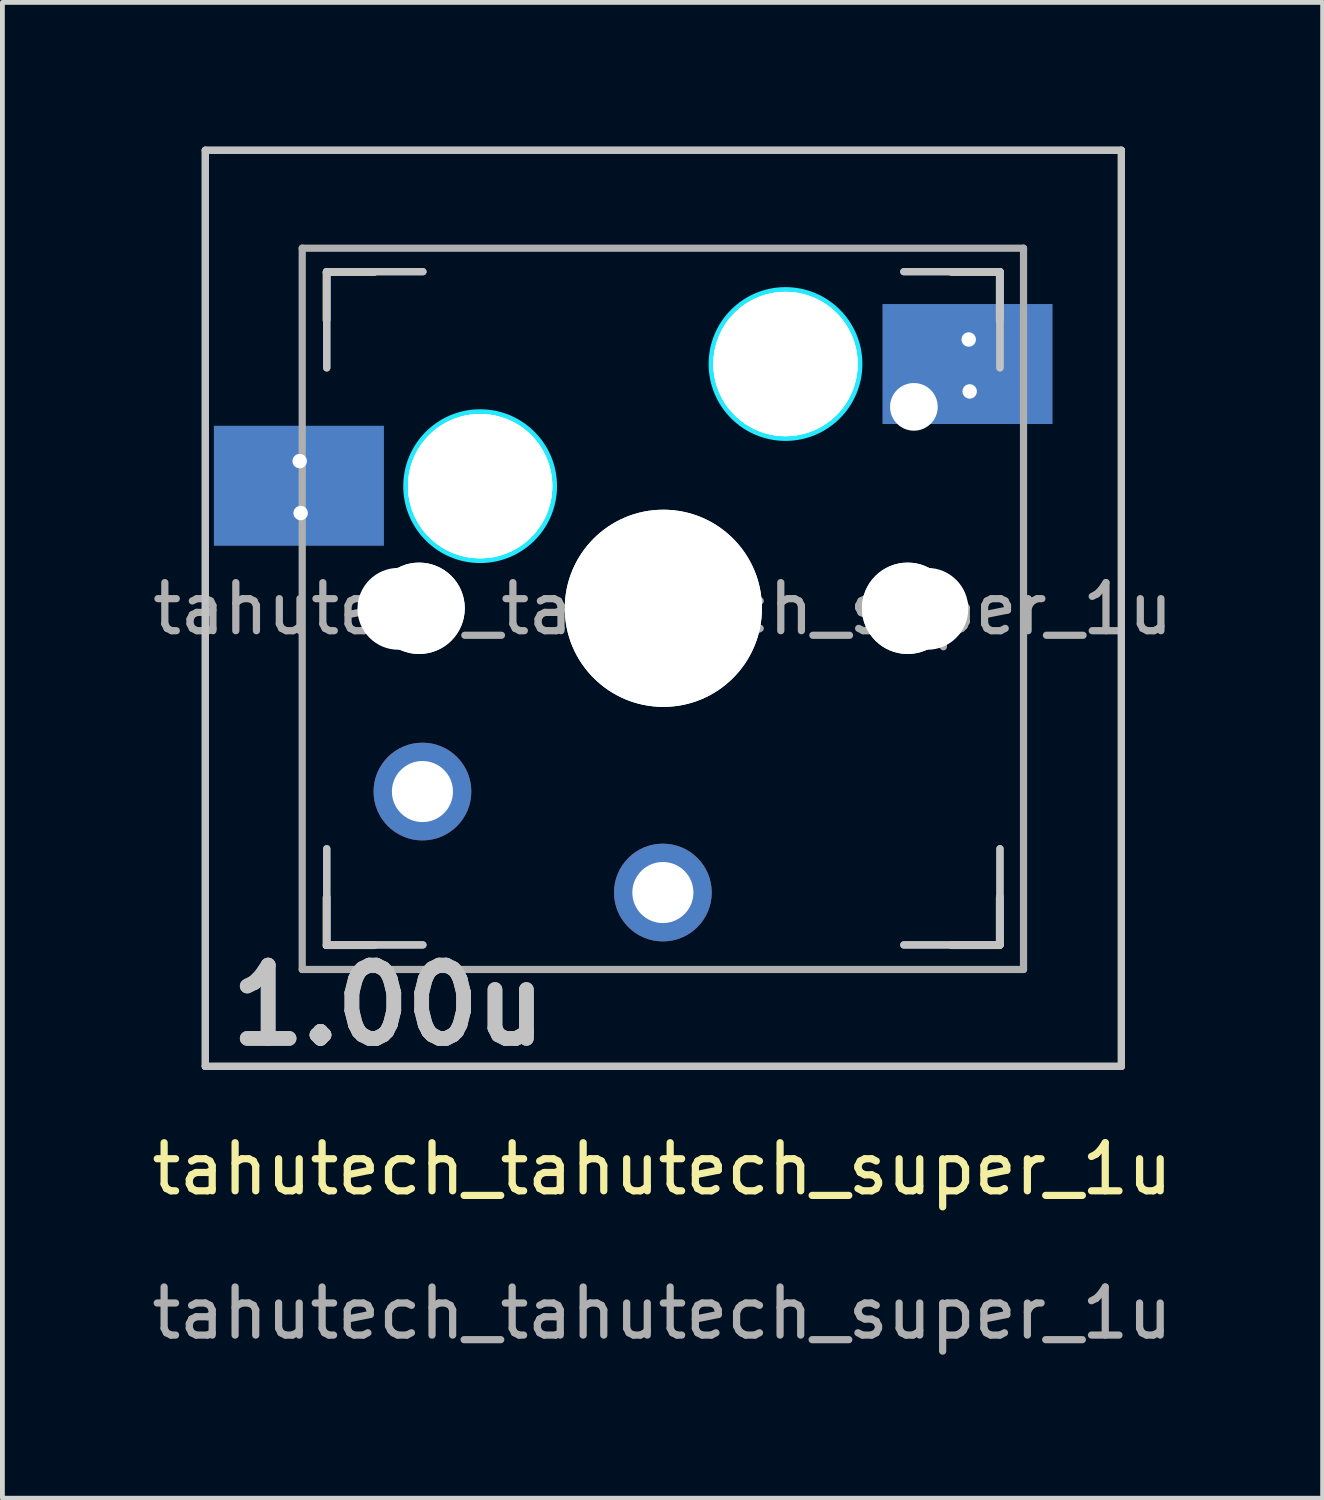
<source format=kicad_pcb>
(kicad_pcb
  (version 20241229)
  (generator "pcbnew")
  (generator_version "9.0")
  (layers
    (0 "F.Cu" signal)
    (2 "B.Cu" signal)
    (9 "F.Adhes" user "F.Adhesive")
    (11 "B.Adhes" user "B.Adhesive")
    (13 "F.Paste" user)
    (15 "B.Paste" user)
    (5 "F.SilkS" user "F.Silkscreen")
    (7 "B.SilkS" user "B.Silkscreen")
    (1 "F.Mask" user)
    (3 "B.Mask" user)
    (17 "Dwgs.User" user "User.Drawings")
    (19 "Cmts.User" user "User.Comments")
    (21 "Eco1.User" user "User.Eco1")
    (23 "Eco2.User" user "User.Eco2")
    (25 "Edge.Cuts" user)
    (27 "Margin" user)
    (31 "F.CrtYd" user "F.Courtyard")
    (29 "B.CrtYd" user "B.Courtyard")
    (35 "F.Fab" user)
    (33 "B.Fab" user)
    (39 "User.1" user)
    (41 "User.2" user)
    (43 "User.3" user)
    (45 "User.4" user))
  (footprint "tahutech_tahutech_super_1u"
    (layer "F.Cu")
    (at 10.72 9.143)
    (property "Reference" "tahutech_tahutech_super_1u" (at 0 12.116 0) (unlocked yes) (layer "F.SilkS") (effects (font (size 1 1) (thickness 0.15))))
    (attr smd)
    (fp_line (start -6.985 -5.532) (end -6.985 -6.532) (stroke (width 0.15) (type solid)) (layer "F.SilkS"))
    (fp_line (start -6.985 7.468) (end -6.985 6.468) (stroke (width 0.15) (type solid)) (layer "F.SilkS"))
    (fp_line (start -6.985 7.468) (end -5.985 7.468) (stroke (width 0.15) (type solid)) (layer "F.SilkS"))
    (fp_line (start -5.985 -6.532) (end -6.985 -6.532) (stroke (width 0.15) (type solid)) (layer "F.SilkS"))
    (fp_line (start 6.015 7.468) (end 7.015 7.468) (stroke (width 0.15) (type solid)) (layer "F.SilkS"))
    (fp_line (start 7.015 -6.532) (end 6.015 -6.532) (stroke (width 0.15) (type solid)) (layer "F.SilkS"))
    (fp_line (start 7.015 -6.532) (end 7.015 -5.532) (stroke (width 0.15) (type solid)) (layer "F.SilkS"))
    (fp_line (start 7.015 6.468) (end 7.015 7.468) (stroke (width 0.15) (type solid)) (layer "F.SilkS"))
    (fp_line (start -9.5 -9.068) (end -9.5 9.982) (stroke (width 0.15) (type solid)) (layer "Dwgs.User"))
    (fp_line (start -9.5 -9.068) (end 9.55 -9.068) (stroke (width 0.15) (type solid)) (layer "Dwgs.User"))
    (fp_line (start -9.5 -9.068) (end 9.55 -9.068) (stroke (width 0.15) (type solid)) (layer "Dwgs.User"))
    (fp_line (start -9.5 9.982) (end -9.5 -9.068) (stroke (width 0.15) (type solid)) (layer "Dwgs.User"))
    (fp_line (start -9.5 9.982) (end 9.55 9.982) (stroke (width 0.15) (type solid)) (layer "Dwgs.User"))
    (fp_line (start -6.975 -6.543) (end -6.975 -4.543) (stroke (width 0.15) (type solid)) (layer "Dwgs.User"))
    (fp_line (start -6.975 -6.543) (end -6.975 -4.543) (stroke (width 0.15) (type solid)) (layer "Dwgs.User"))
    (fp_line (start -6.975 -6.543) (end -5.975 -6.543) (stroke (width 0.15) (type solid)) (layer "Dwgs.User"))
    (fp_line (start -6.975 -6.543) (end -5.975 -6.543) (stroke (width 0.15) (type solid)) (layer "Dwgs.User"))
    (fp_line (start -6.975 -5.543) (end -6.975 -6.543) (stroke (width 0.15) (type solid)) (layer "Dwgs.User"))
    (fp_line (start -6.975 -5.543) (end -6.975 -6.543) (stroke (width 0.15) (type solid)) (layer "Dwgs.User"))
    (fp_line (start -6.975 5.457) (end -6.975 7.457) (stroke (width 0.15) (type solid)) (layer "Dwgs.User"))
    (fp_line (start -6.975 6.457) (end -6.975 7.457) (stroke (width 0.15) (type solid)) (layer "Dwgs.User"))
    (fp_line (start -6.975 6.457) (end -6.975 7.457) (stroke (width 0.15) (type solid)) (layer "Dwgs.User"))
    (fp_line (start -6.975 7.457) (end -6.975 5.457) (stroke (width 0.15) (type solid)) (layer "Dwgs.User"))
    (fp_line (start -6.975 7.457) (end -5.975 7.457) (stroke (width 0.15) (type solid)) (layer "Dwgs.User"))
    (fp_line (start -6.975 7.457) (end -5.975 7.457) (stroke (width 0.15) (type solid)) (layer "Dwgs.User"))
    (fp_line (start -6.975 7.457) (end -4.975 7.457) (stroke (width 0.15) (type solid)) (layer "Dwgs.User"))
    (fp_line (start -4.975 -6.543) (end -6.975 -6.543) (stroke (width 0.15) (type solid)) (layer "Dwgs.User"))
    (fp_line (start -4.975 -6.543) (end -6.975 -6.543) (stroke (width 0.15) (type solid)) (layer "Dwgs.User"))
    (fp_line (start -4.975 7.457) (end -6.975 7.457) (stroke (width 0.15) (type solid)) (layer "Dwgs.User"))
    (fp_line (start 5.025 -6.543) (end 7.025 -6.543) (stroke (width 0.15) (type solid)) (layer "Dwgs.User"))
    (fp_line (start 5.025 -6.543) (end 7.025 -6.543) (stroke (width 0.15) (type solid)) (layer "Dwgs.User"))
    (fp_line (start 5.025 7.457) (end 7.025 7.457) (stroke (width 0.15) (type solid)) (layer "Dwgs.User"))
    (fp_line (start 6.025 7.457) (end 7.025 7.457) (stroke (width 0.15) (type solid)) (layer "Dwgs.User"))
    (fp_line (start 6.025 7.457) (end 7.025 7.457) (stroke (width 0.15) (type solid)) (layer "Dwgs.User"))
    (fp_line (start 7.025 -6.543) (end 6.025 -6.543) (stroke (width 0.15) (type solid)) (layer "Dwgs.User"))
    (fp_line (start 7.025 -6.543) (end 6.025 -6.543) (stroke (width 0.15) (type solid)) (layer "Dwgs.User"))
    (fp_line (start 7.025 -6.543) (end 7.025 -5.543) (stroke (width 0.15) (type solid)) (layer "Dwgs.User"))
    (fp_line (start 7.025 -6.543) (end 7.025 -5.543) (stroke (width 0.15) (type solid)) (layer "Dwgs.User"))
    (fp_line (start 7.025 -6.543) (end 7.025 -4.543) (stroke (width 0.15) (type solid)) (layer "Dwgs.User"))
    (fp_line (start 7.025 -6.543) (end 7.025 -4.543) (stroke (width 0.15) (type solid)) (layer "Dwgs.User"))
    (fp_line (start 7.025 5.457) (end 7.025 7.457) (stroke (width 0.15) (type solid)) (layer "Dwgs.User"))
    (fp_line (start 7.025 7.457) (end 5.025 7.457) (stroke (width 0.15) (type solid)) (layer "Dwgs.User"))
    (fp_line (start 7.025 7.457) (end 7.025 5.457) (stroke (width 0.15) (type solid)) (layer "Dwgs.User"))
    (fp_line (start 7.025 7.457) (end 7.025 6.457) (stroke (width 0.15) (type solid)) (layer "Dwgs.User"))
    (fp_line (start 7.025 7.457) (end 7.025 6.457) (stroke (width 0.15) (type solid)) (layer "Dwgs.User"))
    (fp_line (start 9.55 -9.068) (end 9.55 9.982) (stroke (width 0.15) (type solid)) (layer "Dwgs.User"))
    (fp_line (start 9.55 9.982) (end -9.5 9.982) (stroke (width 0.15) (type solid)) (layer "Dwgs.User"))
    (fp_line (start 9.55 9.982) (end 9.55 -9.068) (stroke (width 0.15) (type solid)) (layer "Dwgs.User"))
    (fp_circle (center -3.785 -2.083) (end -3.785 -3.607) (stroke (width 0.15) (type solid)) (fill no) (layer "B.CrtYd"))
    (fp_circle (center 2.565 -4.623) (end 2.565 -6.147) (stroke (width 0.15) (type solid)) (fill no) (layer "B.CrtYd"))
    (fp_line (start -7.485 -7.032) (end 7.515 -7.032) (stroke (width 0.15) (type solid)) (layer "F.Fab"))
    (fp_line (start -7.485 7.968) (end -7.485 -7.032) (stroke (width 0.15) (type solid)) (layer "F.Fab"))
    (fp_line (start 7.515 -7.032) (end 7.515 7.968) (stroke (width 0.15) (type solid)) (layer "F.Fab"))
    (fp_line (start 7.515 7.968) (end -7.485 7.968) (stroke (width 0.15) (type solid)) (layer "F.Fab"))
    (fp_text user "1.00u" (at -5.69 8.712 0) (layer "Dwgs.User") (effects (font (size 1.524 1.524) (thickness 0.305))))
    (fp_text user "1.00u" (at -5.69 8.712 0) (layer "Dwgs.User") (effects (font (size 1.524 1.524) (thickness 0.305))))
    (fp_text user "${REFERENCE}" (at 0 15.116 0) (unlocked yes) (layer "F.Fab") (effects (font (size 1 1) (thickness 0.15))))
    (fp_text user "${REFERENCE}" (at 0.015 0.468 0) (layer "F.Fab") (effects (font (size 1 1) (thickness 0.15))))
    (pad "" np_thru_hole circle (at -5.485 0.468) (size 1.702 1.702) (drill 1.702) (layers "*.Cu" "*.Mask"))
    (pad "" np_thru_hole circle (at -5.055 0.457 311.9) (size 1.75 1.75) (drill 1.75) (layers "*.Cu" "*.Mask"))
    (pad "" np_thru_hole circle (at -5.055 0.457 48.1) (size 1.75 1.75) (drill 1.75) (layers "*.Cu" "*.Mask"))
    (pad "" np_thru_hole circle (at -5.055 0.457) (size 1.9 1.9) (drill 1.9) (layers "*.Cu" "*.Mask"))
    (pad "" np_thru_hole circle (at -5.055 0.457) (size 1.9 1.9) (drill 1.9) (layers "*.Cu" "*.Mask"))
    (pad "" np_thru_hole circle (at -3.785 -2.083) (size 3 3) (drill 3) (layers "*.Cu" "*.Mask"))
    (pad "" np_thru_hole circle (at -3.785 -2.083) (size 3 3) (drill 3) (layers "*.Cu" "*.Mask"))
    (pad "" np_thru_hole circle (at -3.785 -2.083) (size 3 3) (drill 3) (layers "*.Cu" "*.Mask"))
    (pad "" np_thru_hole circle (at 0.015 0.468) (size 3.429 3.429) (drill 3.429) (layers "*.Cu" "*.Mask"))
    (pad "" np_thru_hole circle (at 0.025 0.457) (size 3.988 3.988) (drill 3.988) (layers "*.Cu" "*.Mask"))
    (pad "" np_thru_hole circle (at 0.025 0.457) (size 3.988 3.988) (drill 3.988) (layers "*.Cu" "*.Mask"))
    (pad "" np_thru_hole circle (at 0.025 0.457 90) (size 4.1 4.1) (drill 4.1) (layers "*.Cu" "*.Mask"))
    (pad "" np_thru_hole circle (at 0.025 0.457 90) (size 4.1 4.1) (drill 4.1) (layers "*.Cu" "*.Mask"))
    (pad "" np_thru_hole circle (at 2.565 -4.623) (size 3 3) (drill 3) (layers "*.Cu" "*.Mask"))
    (pad "" np_thru_hole circle (at 2.565 -4.623) (size 3 3) (drill 3) (layers "*.Cu" "*.Mask"))
    (pad "" np_thru_hole circle (at 2.565 -4.623) (size 3 3) (drill 3) (layers "*.Cu" "*.Mask"))
    (pad "" np_thru_hole circle (at 5.105 0.457 311.9) (size 1.75 1.75) (drill 1.75) (layers "*.Cu" "*.Mask"))
    (pad "" np_thru_hole circle (at 5.105 0.457 48.1) (size 1.75 1.75) (drill 1.75) (layers "*.Cu" "*.Mask"))
    (pad "" np_thru_hole circle (at 5.105 0.457) (size 1.9 1.9) (drill 1.9) (layers "*.Cu" "*.Mask"))
    (pad "" np_thru_hole circle (at 5.105 0.457) (size 1.9 1.9) (drill 1.9) (layers "*.Cu" "*.Mask"))
    (pad "" np_thru_hole circle (at 5.235 -3.732) (size 0.991 0.991) (drill 0.991) (layers "*.Cu" "*.Mask"))
    (pad "" np_thru_hole circle (at 5.515 0.468) (size 1.702 1.702) (drill 1.702) (layers "*.Cu" "*.Mask"))
    (pad "1" smd rect (at -7.554 -2.091 180) (size 3.536 2.495) (layers "B.Cu" "B.Mask" "B.Paste"))
    (pad "1" thru_hole circle (at -7.538 -2.604) (size 0.6 0.6) (drill 0.3) (layers "*.Cu" "*.Mask"))
    (pad "1" thru_hole circle (at -7.518 -1.524) (size 0.6 0.6) (drill 0.3) (layers "*.Cu" "*.Mask"))
    (pad "1" thru_hole circle (at 0.015 6.368) (size 2.032 2.032) (drill 1.27) (layers "*.Cu" "*.Mask"))
    (pad "2" thru_hole circle (at -4.985 4.268) (size 2.032 2.032) (drill 1.27) (layers "*.Cu" "*.Mask"))
    (pad "2" smd rect (at 6.35 -4.623 180) (size 3.536 2.495) (layers "B.Cu" "B.Mask" "B.Paste"))
    (pad "2" thru_hole circle (at 6.375 -5.133) (size 0.6 0.6) (drill 0.3) (layers "*.Cu" "*.Mask"))
    (pad "2" thru_hole circle (at 6.395 -4.053) (size 0.6 0.6) (drill 0.3) (layers "*.Cu" "*.Mask")))
  (gr_rect
    (start -3 -3)
    (end 24.455 28.107)
    (stroke (width 0.1) (type default))
    (fill no)
    (layer "Edge.Cuts")))
</source>
